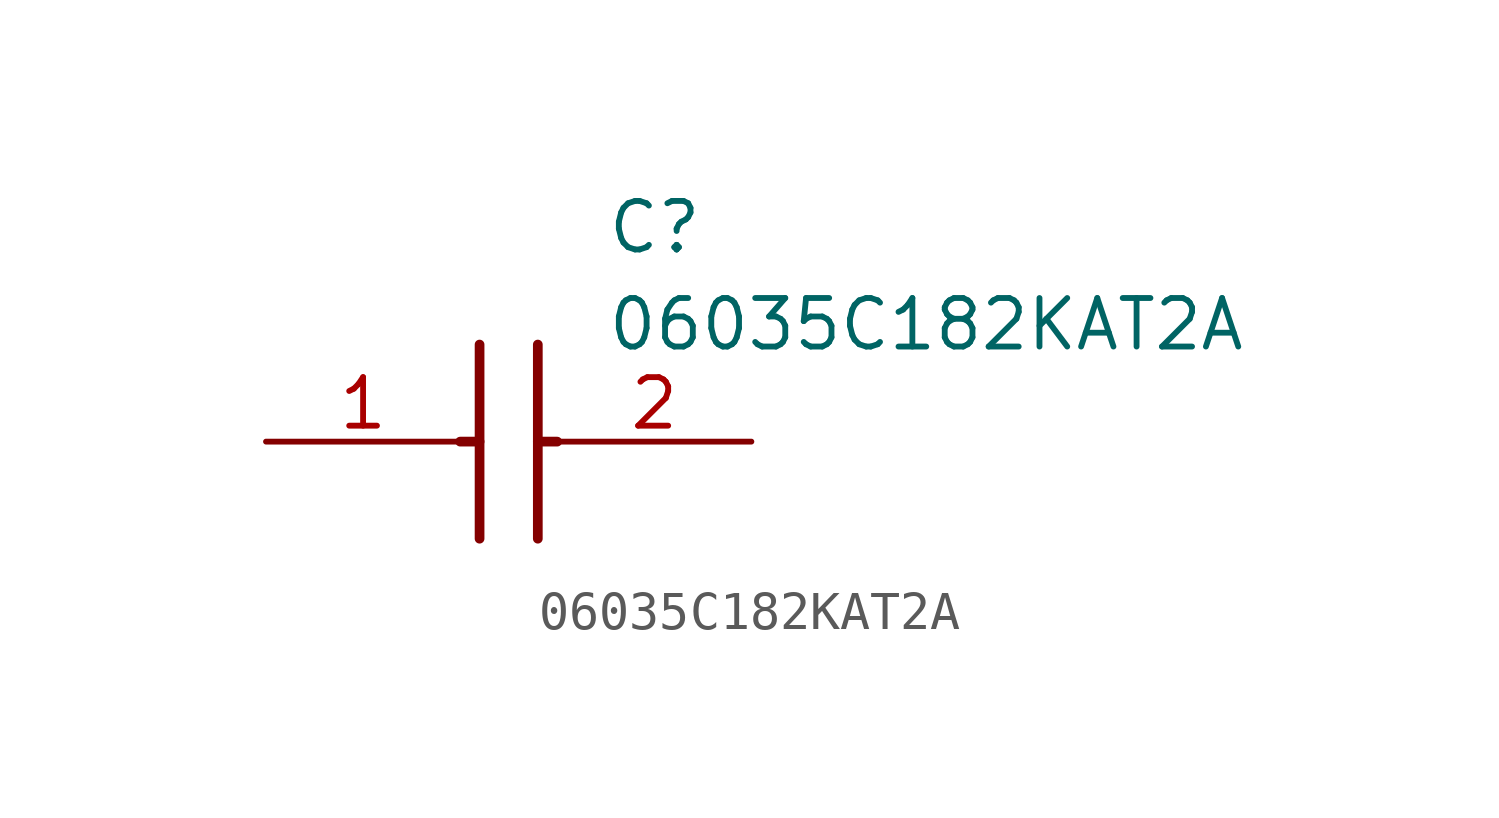
<source format=kicad_sym>
(kicad_symbol_lib
  (version 20211014)
  (generator SamacSys_ECAD_Model)
  (symbol "06035C182KAT2A"
    (pin_names hide)
    (property "Reference" "C"
      (at 8.89 6.35 0)
      (effects (font (size 1.27 1.27)) (justify left top)))
    (property "Value" "06035C182KAT2A"
      (at 8.89 3.81 0)
      (effects (font (size 1.27 1.27)) (justify left top)))
    (polyline
      (pts (xy 5.588 2.54) (xy 5.588 -2.54))
      (stroke (width 0.254) (type default))
      (fill (type none)))
    (polyline
      (pts (xy 7.112 2.54) (xy 7.112 -2.54))
      (stroke (width 0.254) (type default))
      (fill (type none)))
    (polyline
      (pts (xy 5.08 0) (xy 5.588 0))
      (stroke (width 0.254) (type default))
      (fill (type none)))
    (polyline
      (pts (xy 7.112 0) (xy 7.62 0))
      (stroke (width 0.254) (type default))
      (fill (type none)))
    (pin passive line
      (at 0 0 0)
      (length 5.08)
      (name "1" (effects (font (size 1.27 1.27))))
      (number "1" (effects (font (size 1.27 1.27)))))
    (pin passive line
      (at 12.7 0 180)
      (length 5.08)
      (name "2" (effects (font (size 1.27 1.27))))
      (number "2" (effects (font (size 1.27 1.27)))))))
</source>
